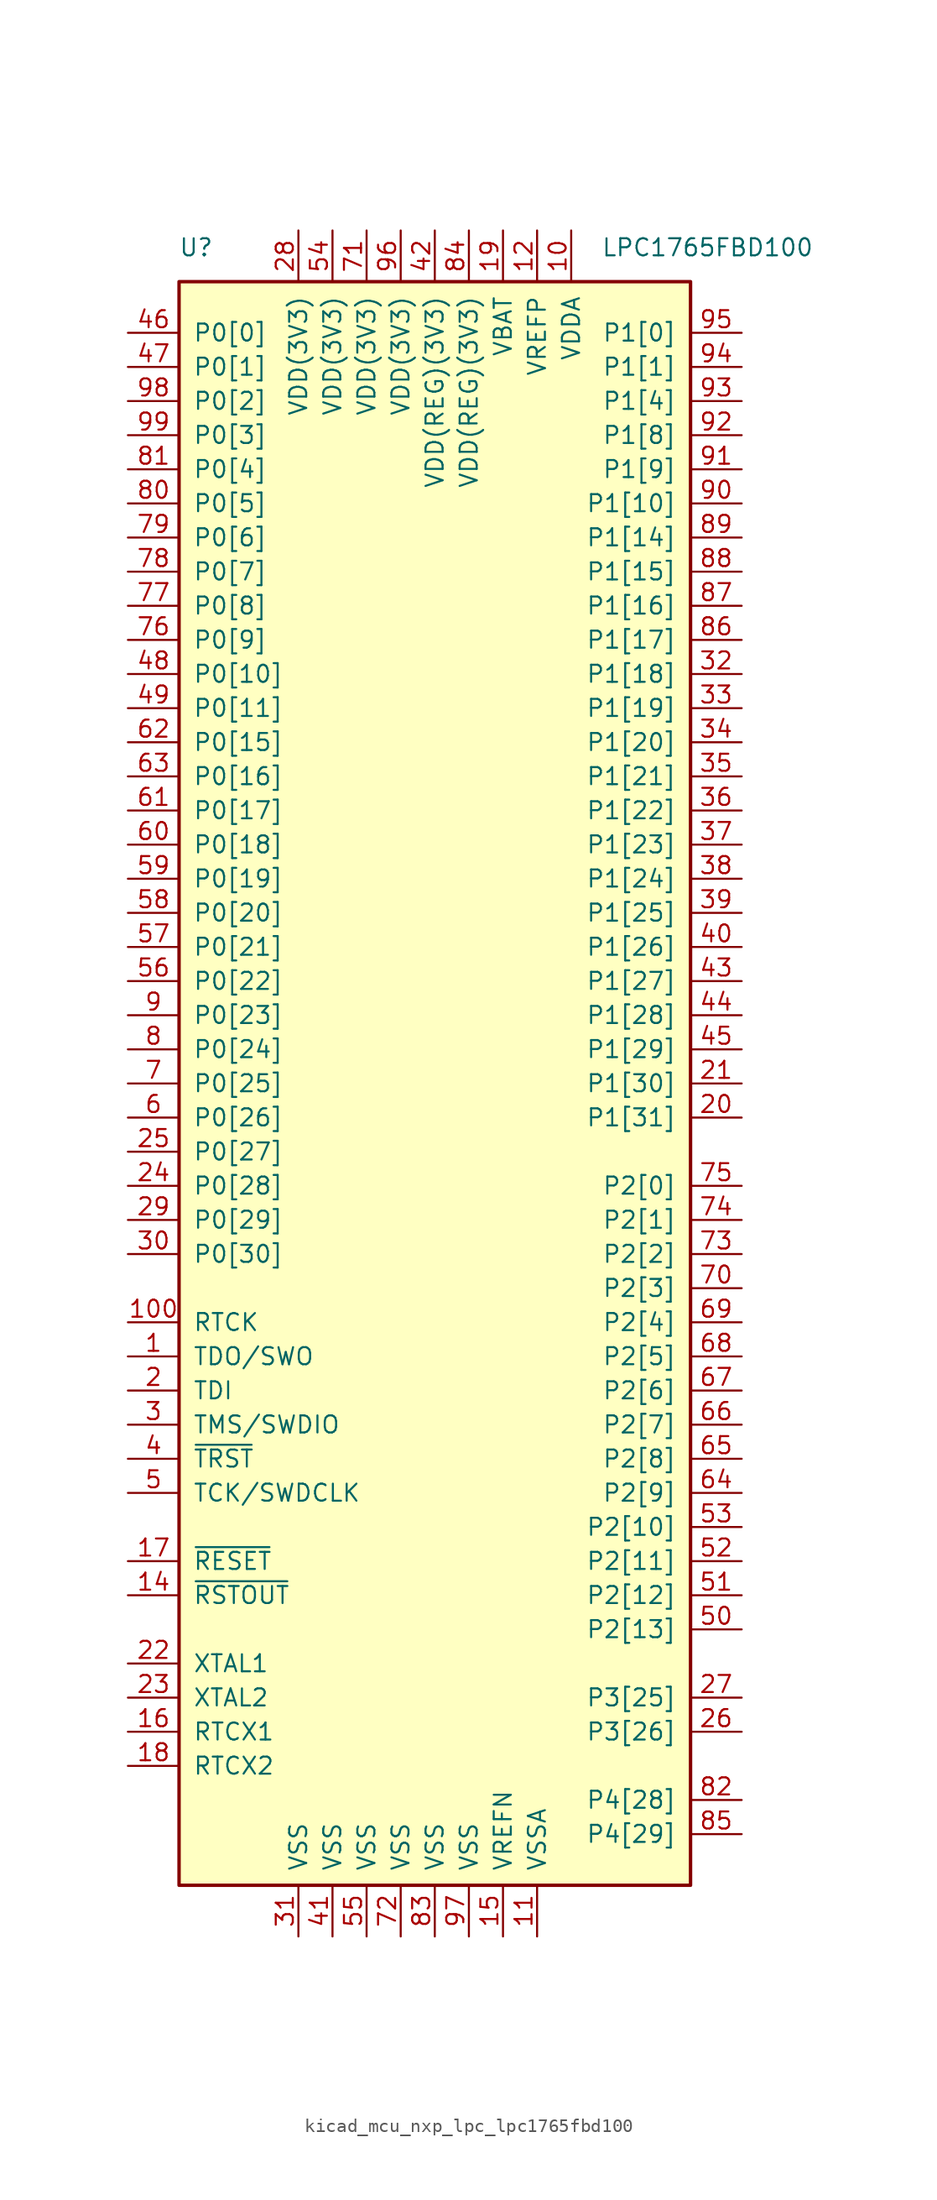
<source format=kicad_sym>
(kicad_symbol_lib
  (version 20220914)
  (generator kicad_symbol_editor)
  (symbol "kicad_mcu_nxp_lpc_lpc1765fbd100"
    (pin_names
      (offset 1.016))
    (property "Reference" "U"
      (at -17.78 62.23 0)
      (effects (font (size 1.27 1.27))))
    (property "Value" "LPC1765FBD100"
      (at 20.32 62.23 0)
      (effects (font (size 1.27 1.27))))
    (symbol "kicad_mcu_nxp_lpc_lpc1765fbd100_0_1"
      (rectangle (start -19.05 59.69) (end 19.05 -59.69) (stroke (width 0.254) (type default)) (fill (type background))))
    (symbol "kicad_mcu_nxp_lpc_lpc1765fbd100_1_1"
      (pin output line (at -22.86 -20.32 0) (length 3.81) (name "TDO/SWO" (effects (font (size 1.27 1.27)))) (number "1" (effects (font (size 1.27 1.27)))))
      (pin power_in line (at 10.16 63.5 270) (length 3.81) (name "VDDA" (effects (font (size 1.27 1.27)))) (number "10" (effects (font (size 1.27 1.27)))))
      (pin output line (at -22.86 -17.78 0) (length 3.81) (name "RTCK" (effects (font (size 1.27 1.27)))) (number "100" (effects (font (size 1.27 1.27)))))
      (pin power_in line (at 7.62 -63.5 90) (length 3.81) (name "VSSA" (effects (font (size 1.27 1.27)))) (number "11" (effects (font (size 1.27 1.27)))))
      (pin power_in line (at 7.62 63.5 270) (length 3.81) (name "VREFP" (effects (font (size 1.27 1.27)))) (number "12" (effects (font (size 1.27 1.27)))))
      (pin no_connect line (at -19.05 -55.88 0) (length 3.81) hide (name "NC" (effects (font (size 1.27 1.27)))) (number "13" (effects (font (size 1.27 1.27)))))
      (pin output line (at -22.86 -38.1 0) (length 3.81) (name "~{RSTOUT}" (effects (font (size 1.27 1.27)))) (number "14" (effects (font (size 1.27 1.27)))))
      (pin power_in line (at 5.08 -63.5 90) (length 3.81) (name "VREFN" (effects (font (size 1.27 1.27)))) (number "15" (effects (font (size 1.27 1.27)))))
      (pin input line (at -22.86 -48.26 0) (length 3.81) (name "RTCX1" (effects (font (size 1.27 1.27)))) (number "16" (effects (font (size 1.27 1.27)))))
      (pin input line (at -22.86 -35.56 0) (length 3.81) (name "~{RESET}" (effects (font (size 1.27 1.27)))) (number "17" (effects (font (size 1.27 1.27)))))
      (pin output line (at -22.86 -50.8 0) (length 3.81) (name "RTCX2" (effects (font (size 1.27 1.27)))) (number "18" (effects (font (size 1.27 1.27)))))
      (pin power_in line (at 5.08 63.5 270) (length 3.81) (name "VBAT" (effects (font (size 1.27 1.27)))) (number "19" (effects (font (size 1.27 1.27)))))
      (pin input line (at -22.86 -22.86 0) (length 3.81) (name "TDI" (effects (font (size 1.27 1.27)))) (number "2" (effects (font (size 1.27 1.27)))))
      (pin bidirectional line (at 22.86 -2.54 180) (length 3.81) (name "P1[31]" (effects (font (size 1.27 1.27)))) (number "20" (effects (font (size 1.27 1.27)))))
      (pin bidirectional line (at 22.86 0 180) (length 3.81) (name "P1[30]" (effects (font (size 1.27 1.27)))) (number "21" (effects (font (size 1.27 1.27)))))
      (pin input line (at -22.86 -43.18 0) (length 3.81) (name "XTAL1" (effects (font (size 1.27 1.27)))) (number "22" (effects (font (size 1.27 1.27)))))
      (pin output line (at -22.86 -45.72 0) (length 3.81) (name "XTAL2" (effects (font (size 1.27 1.27)))) (number "23" (effects (font (size 1.27 1.27)))))
      (pin bidirectional line (at -22.86 -7.62 0) (length 3.81) (name "P0[28]" (effects (font (size 1.27 1.27)))) (number "24" (effects (font (size 1.27 1.27)))))
      (pin bidirectional line (at -22.86 -5.08 0) (length 3.81) (name "P0[27]" (effects (font (size 1.27 1.27)))) (number "25" (effects (font (size 1.27 1.27)))))
      (pin bidirectional line (at 22.86 -48.26 180) (length 3.81) (name "P3[26]" (effects (font (size 1.27 1.27)))) (number "26" (effects (font (size 1.27 1.27)))))
      (pin bidirectional line (at 22.86 -45.72 180) (length 3.81) (name "P3[25]" (effects (font (size 1.27 1.27)))) (number "27" (effects (font (size 1.27 1.27)))))
      (pin power_in line (at -10.16 63.5 270) (length 3.81) (name "VDD(3V3)" (effects (font (size 1.27 1.27)))) (number "28" (effects (font (size 1.27 1.27)))))
      (pin bidirectional line (at -22.86 -10.16 0) (length 3.81) (name "P0[29]" (effects (font (size 1.27 1.27)))) (number "29" (effects (font (size 1.27 1.27)))))
      (pin bidirectional line (at -22.86 -25.4 0) (length 3.81) (name "TMS/SWDIO" (effects (font (size 1.27 1.27)))) (number "3" (effects (font (size 1.27 1.27)))))
      (pin bidirectional line (at -22.86 -12.7 0) (length 3.81) (name "P0[30]" (effects (font (size 1.27 1.27)))) (number "30" (effects (font (size 1.27 1.27)))))
      (pin power_in line (at -10.16 -63.5 90) (length 3.81) (name "VSS" (effects (font (size 1.27 1.27)))) (number "31" (effects (font (size 1.27 1.27)))))
      (pin bidirectional line (at 22.86 30.48 180) (length 3.81) (name "P1[18]" (effects (font (size 1.27 1.27)))) (number "32" (effects (font (size 1.27 1.27)))))
      (pin bidirectional line (at 22.86 27.94 180) (length 3.81) (name "P1[19]" (effects (font (size 1.27 1.27)))) (number "33" (effects (font (size 1.27 1.27)))))
      (pin bidirectional line (at 22.86 25.4 180) (length 3.81) (name "P1[20]" (effects (font (size 1.27 1.27)))) (number "34" (effects (font (size 1.27 1.27)))))
      (pin bidirectional line (at 22.86 22.86 180) (length 3.81) (name "P1[21]" (effects (font (size 1.27 1.27)))) (number "35" (effects (font (size 1.27 1.27)))))
      (pin bidirectional line (at 22.86 20.32 180) (length 3.81) (name "P1[22]" (effects (font (size 1.27 1.27)))) (number "36" (effects (font (size 1.27 1.27)))))
      (pin bidirectional line (at 22.86 17.78 180) (length 3.81) (name "P1[23]" (effects (font (size 1.27 1.27)))) (number "37" (effects (font (size 1.27 1.27)))))
      (pin bidirectional line (at 22.86 15.24 180) (length 3.81) (name "P1[24]" (effects (font (size 1.27 1.27)))) (number "38" (effects (font (size 1.27 1.27)))))
      (pin bidirectional line (at 22.86 12.7 180) (length 3.81) (name "P1[25]" (effects (font (size 1.27 1.27)))) (number "39" (effects (font (size 1.27 1.27)))))
      (pin input line (at -22.86 -27.94 0) (length 3.81) (name "~{TRST}" (effects (font (size 1.27 1.27)))) (number "4" (effects (font (size 1.27 1.27)))))
      (pin bidirectional line (at 22.86 10.16 180) (length 3.81) (name "P1[26]" (effects (font (size 1.27 1.27)))) (number "40" (effects (font (size 1.27 1.27)))))
      (pin power_in line (at -7.62 -63.5 90) (length 3.81) (name "VSS" (effects (font (size 1.27 1.27)))) (number "41" (effects (font (size 1.27 1.27)))))
      (pin power_in line (at 0 63.5 270) (length 3.81) (name "VDD(REG)(3V3)" (effects (font (size 1.27 1.27)))) (number "42" (effects (font (size 1.27 1.27)))))
      (pin bidirectional line (at 22.86 7.62 180) (length 3.81) (name "P1[27]" (effects (font (size 1.27 1.27)))) (number "43" (effects (font (size 1.27 1.27)))))
      (pin bidirectional line (at 22.86 5.08 180) (length 3.81) (name "P1[28]" (effects (font (size 1.27 1.27)))) (number "44" (effects (font (size 1.27 1.27)))))
      (pin bidirectional line (at 22.86 2.54 180) (length 3.81) (name "P1[29]" (effects (font (size 1.27 1.27)))) (number "45" (effects (font (size 1.27 1.27)))))
      (pin bidirectional line (at -22.86 55.88 0) (length 3.81) (name "P0[0]" (effects (font (size 1.27 1.27)))) (number "46" (effects (font (size 1.27 1.27)))))
      (pin bidirectional line (at -22.86 53.34 0) (length 3.81) (name "P0[1]" (effects (font (size 1.27 1.27)))) (number "47" (effects (font (size 1.27 1.27)))))
      (pin bidirectional line (at -22.86 30.48 0) (length 3.81) (name "P0[10]" (effects (font (size 1.27 1.27)))) (number "48" (effects (font (size 1.27 1.27)))))
      (pin bidirectional line (at -22.86 27.94 0) (length 3.81) (name "P0[11]" (effects (font (size 1.27 1.27)))) (number "49" (effects (font (size 1.27 1.27)))))
      (pin input line (at -22.86 -30.48 0) (length 3.81) (name "TCK/SWDCLK" (effects (font (size 1.27 1.27)))) (number "5" (effects (font (size 1.27 1.27)))))
      (pin bidirectional line (at 22.86 -40.64 180) (length 3.81) (name "P2[13]" (effects (font (size 1.27 1.27)))) (number "50" (effects (font (size 1.27 1.27)))))
      (pin bidirectional line (at 22.86 -38.1 180) (length 3.81) (name "P2[12]" (effects (font (size 1.27 1.27)))) (number "51" (effects (font (size 1.27 1.27)))))
      (pin bidirectional line (at 22.86 -35.56 180) (length 3.81) (name "P2[11]" (effects (font (size 1.27 1.27)))) (number "52" (effects (font (size 1.27 1.27)))))
      (pin bidirectional line (at 22.86 -33.02 180) (length 3.81) (name "P2[10]" (effects (font (size 1.27 1.27)))) (number "53" (effects (font (size 1.27 1.27)))))
      (pin power_in line (at -7.62 63.5 270) (length 3.81) (name "VDD(3V3)" (effects (font (size 1.27 1.27)))) (number "54" (effects (font (size 1.27 1.27)))))
      (pin power_in line (at -5.08 -63.5 90) (length 3.81) (name "VSS" (effects (font (size 1.27 1.27)))) (number "55" (effects (font (size 1.27 1.27)))))
      (pin bidirectional line (at -22.86 7.62 0) (length 3.81) (name "P0[22]" (effects (font (size 1.27 1.27)))) (number "56" (effects (font (size 1.27 1.27)))))
      (pin bidirectional line (at -22.86 10.16 0) (length 3.81) (name "P0[21]" (effects (font (size 1.27 1.27)))) (number "57" (effects (font (size 1.27 1.27)))))
      (pin bidirectional line (at -22.86 12.7 0) (length 3.81) (name "P0[20]" (effects (font (size 1.27 1.27)))) (number "58" (effects (font (size 1.27 1.27)))))
      (pin bidirectional line (at -22.86 15.24 0) (length 3.81) (name "P0[19]" (effects (font (size 1.27 1.27)))) (number "59" (effects (font (size 1.27 1.27)))))
      (pin bidirectional line (at -22.86 -2.54 0) (length 3.81) (name "P0[26]" (effects (font (size 1.27 1.27)))) (number "6" (effects (font (size 1.27 1.27)))))
      (pin bidirectional line (at -22.86 17.78 0) (length 3.81) (name "P0[18]" (effects (font (size 1.27 1.27)))) (number "60" (effects (font (size 1.27 1.27)))))
      (pin bidirectional line (at -22.86 20.32 0) (length 3.81) (name "P0[17]" (effects (font (size 1.27 1.27)))) (number "61" (effects (font (size 1.27 1.27)))))
      (pin bidirectional line (at -22.86 25.4 0) (length 3.81) (name "P0[15]" (effects (font (size 1.27 1.27)))) (number "62" (effects (font (size 1.27 1.27)))))
      (pin bidirectional line (at -22.86 22.86 0) (length 3.81) (name "P0[16]" (effects (font (size 1.27 1.27)))) (number "63" (effects (font (size 1.27 1.27)))))
      (pin bidirectional line (at 22.86 -30.48 180) (length 3.81) (name "P2[9]" (effects (font (size 1.27 1.27)))) (number "64" (effects (font (size 1.27 1.27)))))
      (pin bidirectional line (at 22.86 -27.94 180) (length 3.81) (name "P2[8]" (effects (font (size 1.27 1.27)))) (number "65" (effects (font (size 1.27 1.27)))))
      (pin bidirectional line (at 22.86 -25.4 180) (length 3.81) (name "P2[7]" (effects (font (size 1.27 1.27)))) (number "66" (effects (font (size 1.27 1.27)))))
      (pin bidirectional line (at 22.86 -22.86 180) (length 3.81) (name "P2[6]" (effects (font (size 1.27 1.27)))) (number "67" (effects (font (size 1.27 1.27)))))
      (pin bidirectional line (at 22.86 -20.32 180) (length 3.81) (name "P2[5]" (effects (font (size 1.27 1.27)))) (number "68" (effects (font (size 1.27 1.27)))))
      (pin bidirectional line (at 22.86 -17.78 180) (length 3.81) (name "P2[4]" (effects (font (size 1.27 1.27)))) (number "69" (effects (font (size 1.27 1.27)))))
      (pin bidirectional line (at -22.86 0 0) (length 3.81) (name "P0[25]" (effects (font (size 1.27 1.27)))) (number "7" (effects (font (size 1.27 1.27)))))
      (pin bidirectional line (at 22.86 -15.24 180) (length 3.81) (name "P2[3]" (effects (font (size 1.27 1.27)))) (number "70" (effects (font (size 1.27 1.27)))))
      (pin power_in line (at -5.08 63.5 270) (length 3.81) (name "VDD(3V3)" (effects (font (size 1.27 1.27)))) (number "71" (effects (font (size 1.27 1.27)))))
      (pin power_in line (at -2.54 -63.5 90) (length 3.81) (name "VSS" (effects (font (size 1.27 1.27)))) (number "72" (effects (font (size 1.27 1.27)))))
      (pin bidirectional line (at 22.86 -12.7 180) (length 3.81) (name "P2[2]" (effects (font (size 1.27 1.27)))) (number "73" (effects (font (size 1.27 1.27)))))
      (pin bidirectional line (at 22.86 -10.16 180) (length 3.81) (name "P2[1]" (effects (font (size 1.27 1.27)))) (number "74" (effects (font (size 1.27 1.27)))))
      (pin bidirectional line (at 22.86 -7.62 180) (length 3.81) (name "P2[0]" (effects (font (size 1.27 1.27)))) (number "75" (effects (font (size 1.27 1.27)))))
      (pin bidirectional line (at -22.86 33.02 0) (length 3.81) (name "P0[9]" (effects (font (size 1.27 1.27)))) (number "76" (effects (font (size 1.27 1.27)))))
      (pin bidirectional line (at -22.86 35.56 0) (length 3.81) (name "P0[8]" (effects (font (size 1.27 1.27)))) (number "77" (effects (font (size 1.27 1.27)))))
      (pin bidirectional line (at -22.86 38.1 0) (length 3.81) (name "P0[7]" (effects (font (size 1.27 1.27)))) (number "78" (effects (font (size 1.27 1.27)))))
      (pin bidirectional line (at -22.86 40.64 0) (length 3.81) (name "P0[6]" (effects (font (size 1.27 1.27)))) (number "79" (effects (font (size 1.27 1.27)))))
      (pin bidirectional line (at -22.86 2.54 0) (length 3.81) (name "P0[24]" (effects (font (size 1.27 1.27)))) (number "8" (effects (font (size 1.27 1.27)))))
      (pin bidirectional line (at -22.86 43.18 0) (length 3.81) (name "P0[5]" (effects (font (size 1.27 1.27)))) (number "80" (effects (font (size 1.27 1.27)))))
      (pin bidirectional line (at -22.86 45.72 0) (length 3.81) (name "P0[4]" (effects (font (size 1.27 1.27)))) (number "81" (effects (font (size 1.27 1.27)))))
      (pin bidirectional line (at 22.86 -53.34 180) (length 3.81) (name "P4[28]" (effects (font (size 1.27 1.27)))) (number "82" (effects (font (size 1.27 1.27)))))
      (pin power_in line (at 0 -63.5 90) (length 3.81) (name "VSS" (effects (font (size 1.27 1.27)))) (number "83" (effects (font (size 1.27 1.27)))))
      (pin power_in line (at 2.54 63.5 270) (length 3.81) (name "VDD(REG)(3V3)" (effects (font (size 1.27 1.27)))) (number "84" (effects (font (size 1.27 1.27)))))
      (pin bidirectional line (at 22.86 -55.88 180) (length 3.81) (name "P4[29]" (effects (font (size 1.27 1.27)))) (number "85" (effects (font (size 1.27 1.27)))))
      (pin bidirectional line (at 22.86 33.02 180) (length 3.81) (name "P1[17]" (effects (font (size 1.27 1.27)))) (number "86" (effects (font (size 1.27 1.27)))))
      (pin bidirectional line (at 22.86 35.56 180) (length 3.81) (name "P1[16]" (effects (font (size 1.27 1.27)))) (number "87" (effects (font (size 1.27 1.27)))))
      (pin bidirectional line (at 22.86 38.1 180) (length 3.81) (name "P1[15]" (effects (font (size 1.27 1.27)))) (number "88" (effects (font (size 1.27 1.27)))))
      (pin bidirectional line (at 22.86 40.64 180) (length 3.81) (name "P1[14]" (effects (font (size 1.27 1.27)))) (number "89" (effects (font (size 1.27 1.27)))))
      (pin bidirectional line (at -22.86 5.08 0) (length 3.81) (name "P0[23]" (effects (font (size 1.27 1.27)))) (number "9" (effects (font (size 1.27 1.27)))))
      (pin bidirectional line (at 22.86 43.18 180) (length 3.81) (name "P1[10]" (effects (font (size 1.27 1.27)))) (number "90" (effects (font (size 1.27 1.27)))))
      (pin bidirectional line (at 22.86 45.72 180) (length 3.81) (name "P1[9]" (effects (font (size 1.27 1.27)))) (number "91" (effects (font (size 1.27 1.27)))))
      (pin bidirectional line (at 22.86 48.26 180) (length 3.81) (name "P1[8]" (effects (font (size 1.27 1.27)))) (number "92" (effects (font (size 1.27 1.27)))))
      (pin bidirectional line (at 22.86 50.8 180) (length 3.81) (name "P1[4]" (effects (font (size 1.27 1.27)))) (number "93" (effects (font (size 1.27 1.27)))))
      (pin bidirectional line (at 22.86 53.34 180) (length 3.81) (name "P1[1]" (effects (font (size 1.27 1.27)))) (number "94" (effects (font (size 1.27 1.27)))))
      (pin bidirectional line (at 22.86 55.88 180) (length 3.81) (name "P1[0]" (effects (font (size 1.27 1.27)))) (number "95" (effects (font (size 1.27 1.27)))))
      (pin power_in line (at -2.54 63.5 270) (length 3.81) (name "VDD(3V3)" (effects (font (size 1.27 1.27)))) (number "96" (effects (font (size 1.27 1.27)))))
      (pin power_in line (at 2.54 -63.5 90) (length 3.81) (name "VSS" (effects (font (size 1.27 1.27)))) (number "97" (effects (font (size 1.27 1.27)))))
      (pin bidirectional line (at -22.86 50.8 0) (length 3.81) (name "P0[2]" (effects (font (size 1.27 1.27)))) (number "98" (effects (font (size 1.27 1.27)))))
      (pin bidirectional line (at -22.86 48.26 0) (length 3.81) (name "P0[3]" (effects (font (size 1.27 1.27)))) (number "99" (effects (font (size 1.27 1.27))))))))
</source>
